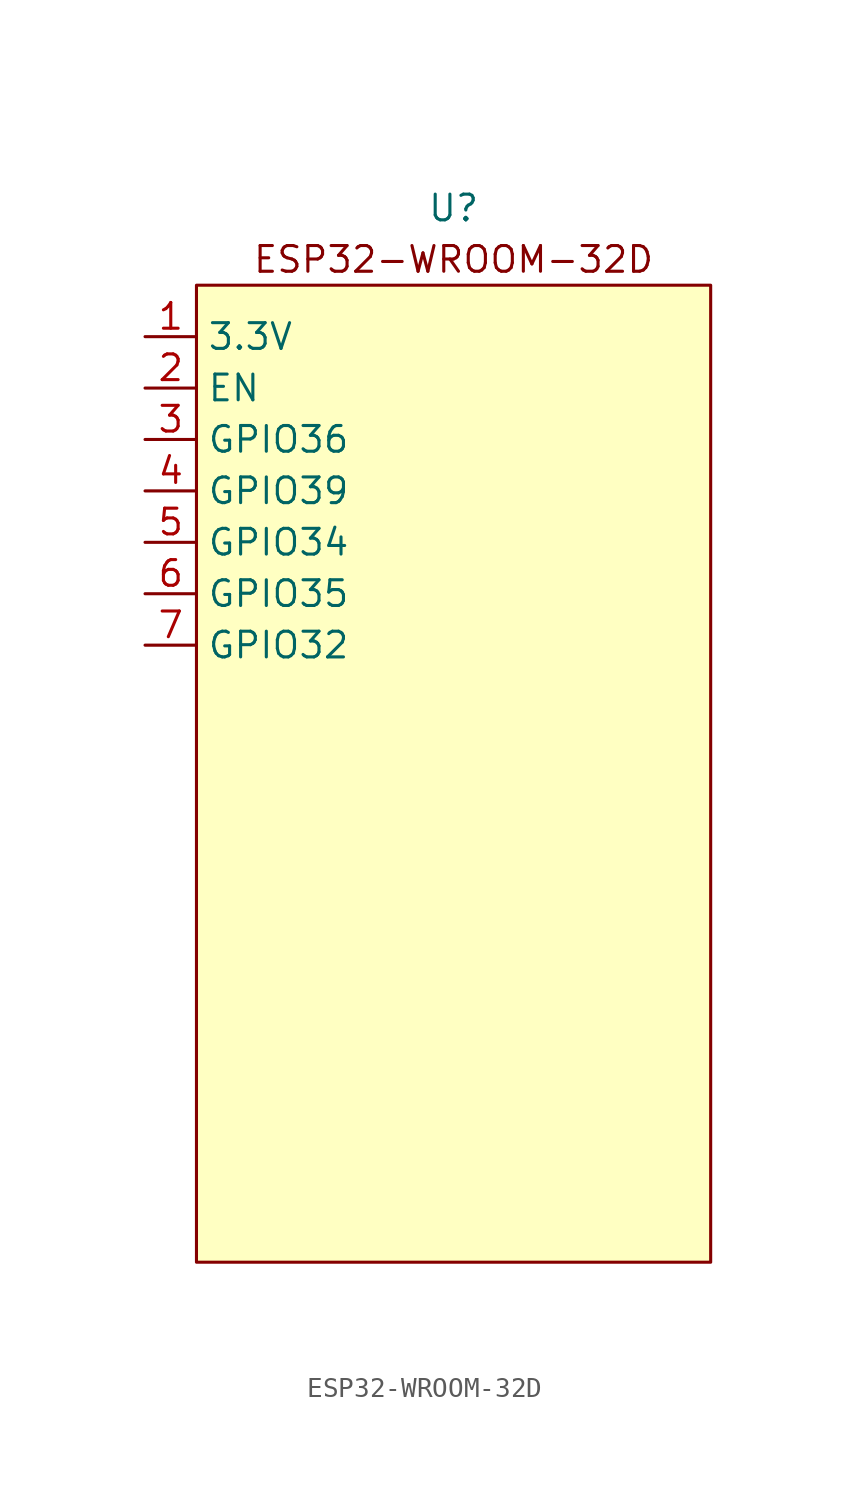
<source format=kicad_sym>
(kicad_symbol_lib
  (version 20220914)
  (generator kicad_symbol_editor)
  (symbol "ESP32-WROOM-32D"
    (property "Reference" "U"
      (at 0 2.54 0)
      (effects (font (size 1.27 1.27))))
    (property "Value" ""
      (at 0 0 0)
      (effects (font (size 1.27 1.27))))
    (symbol "ESP32-WROOM-32D_0_0"
      (text "" (at -5.08 0 0) (effects (font (size 1.27 1.27))))
      (text "" (at -2.54 0 0) (effects (font (size 1.27 1.27)))))
    (symbol "ESP32-WROOM-32D_1_1"
      (rectangle (start -12.7 -1.27) (end 12.7 -49.53) (stroke (width 0) (type default)) (fill (type background)))
      (text "ESP32-WROOM-32D\n" (at 0 0 0) (effects (font (size 1.27 1.27))))
      (pin output line (at -15.24 -3.81 0) (length 2.54) (name "3.3V" (effects (font (size 1.27 1.27)))) (number "1" (effects (font (size 1.27 1.27)))))
      (pin input line (at -15.24 -6.35 0) (length 2.54) (name "EN" (effects (font (size 1.27 1.27)))) (number "2" (effects (font (size 1.27 1.27)))))
      (pin bidirectional line (at -15.24 -8.89 0) (length 2.54) (name "GPIO36" (effects (font (size 1.27 1.27)))) (number "3" (effects (font (size 1.27 1.27)))))
      (pin bidirectional line (at -15.24 -11.43 0) (length 2.54) (name "GPIO39" (effects (font (size 1.27 1.27)))) (number "4" (effects (font (size 1.27 1.27)))))
      (pin bidirectional line (at -15.24 -13.97 0) (length 2.54) (name "GPIO34" (effects (font (size 1.27 1.27)))) (number "5" (effects (font (size 1.27 1.27)))))
      (pin bidirectional line (at -15.24 -16.51 0) (length 2.54) (name "GPIO35" (effects (font (size 1.27 1.27)))) (number "6" (effects (font (size 1.27 1.27)))))
      (pin bidirectional line (at -15.24 -19.05 0) (length 2.54) (name "GPIO32" (effects (font (size 1.27 1.27)))) (number "7" (effects (font (size 1.27 1.27))))))))
</source>
